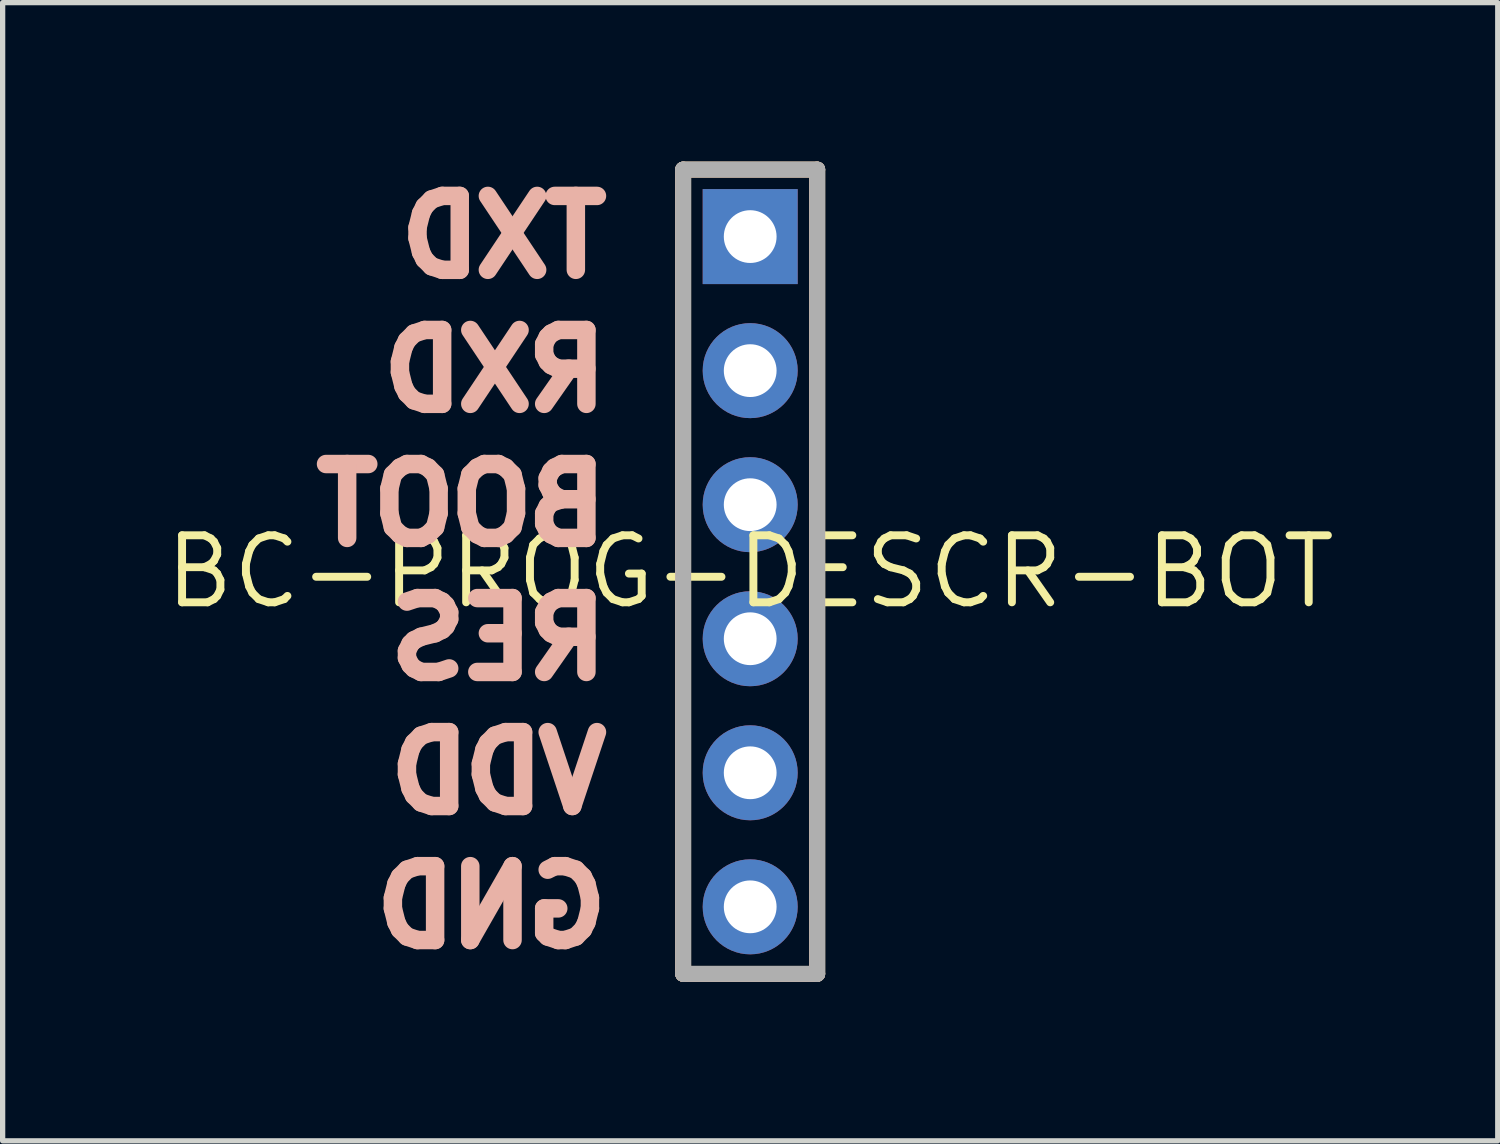
<source format=kicad_pcb>
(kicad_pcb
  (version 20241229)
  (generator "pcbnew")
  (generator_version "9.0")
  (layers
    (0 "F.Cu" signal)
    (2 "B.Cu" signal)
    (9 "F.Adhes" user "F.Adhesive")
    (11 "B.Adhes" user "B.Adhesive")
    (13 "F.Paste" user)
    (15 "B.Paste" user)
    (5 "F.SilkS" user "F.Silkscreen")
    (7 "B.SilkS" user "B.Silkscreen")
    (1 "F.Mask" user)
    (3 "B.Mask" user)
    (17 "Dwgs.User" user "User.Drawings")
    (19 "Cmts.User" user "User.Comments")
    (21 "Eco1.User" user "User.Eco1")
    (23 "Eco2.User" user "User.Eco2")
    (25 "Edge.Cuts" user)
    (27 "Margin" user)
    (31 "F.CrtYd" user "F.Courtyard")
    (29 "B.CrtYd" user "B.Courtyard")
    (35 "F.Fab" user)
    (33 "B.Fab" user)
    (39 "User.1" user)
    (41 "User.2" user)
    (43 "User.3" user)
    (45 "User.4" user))
  (footprint "BC-PROG-DESCR-BOT"
    (layer "F.Cu")
    (at 11.165 7.783)
    (property "Reference" "BC-PROG-DESCR-BOT" (at 0 0 0) (unlocked yes) (layer "F.SilkS") (effects (font (size 1.27 1.27) (thickness 0.15))))
    (fp_line (start -1.27 -7.62) (end -1.27 7.62) (stroke (width 0.3) (type solid)) (layer "F.SilkS"))
    (fp_line (start -1.27 7.62) (end 1.27 7.62) (stroke (width 0.3) (type solid)) (layer "F.SilkS"))
    (fp_line (start 1.27 -7.62) (end -1.27 -7.62) (stroke (width 0.3) (type solid)) (layer "F.SilkS"))
    (fp_line (start 1.27 7.62) (end 1.27 -7.62) (stroke (width 0.3) (type solid)) (layer "F.SilkS"))
    (fp_line (start -1.27 -7.62) (end -1.27 7.62) (stroke (width 0.3) (type solid)) (layer "B.SilkS"))
    (fp_line (start -1.27 7.62) (end 1.27 7.62) (stroke (width 0.3) (type solid)) (layer "B.SilkS"))
    (fp_line (start 1.27 -7.62) (end -1.27 -7.62) (stroke (width 0.3) (type solid)) (layer "B.SilkS"))
    (fp_line (start 1.27 7.62) (end 1.27 -7.62) (stroke (width 0.3) (type solid)) (layer "B.SilkS"))
    (fp_line (start -1.27 -7.62) (end -1.27 7.62) (stroke (width 0.3) (type solid)) (layer "F.Fab"))
    (fp_line (start -1.27 7.62) (end 1.27 7.62) (stroke (width 0.3) (type solid)) (layer "F.Fab"))
    (fp_line (start 1.27 -7.62) (end -1.27 -7.62) (stroke (width 0.3) (type solid)) (layer "F.Fab"))
    (fp_line (start 1.27 7.62) (end 1.27 -7.62) (stroke (width 0.3) (type solid)) (layer "F.Fab"))
    (fp_text user "TXD" (at -2.54 -6.35 0) (layer "B.SilkS") (effects (font (size 1.4 1.4) (thickness 0.35)) (justify left mirror)))
    (fp_text user "RES" (at -2.54 1.27 0) (layer "B.SilkS") (effects (font (size 1.4 1.4) (thickness 0.35)) (justify left mirror)))
    (fp_text user "VDD" (at -2.54 3.81 0) (layer "B.SilkS") (effects (font (size 1.4 1.4) (thickness 0.35)) (justify left mirror)))
    (fp_text user "RXD" (at -2.54 -3.81 0) (layer "B.SilkS") (effects (font (size 1.4 1.4) (thickness 0.35)) (justify left mirror)))
    (fp_text user "BOOT" (at -2.54 -1.27 0) (layer "B.SilkS") (effects (font (size 1.4 1.4) (thickness 0.35)) (justify left mirror)))
    (fp_text user "GND" (at -2.54 6.35 0) (layer "B.SilkS") (effects (font (size 1.4 1.4) (thickness 0.35)) (justify left mirror)))
    (pad "1" thru_hole rect (at 0 -6.35 270) (size 1.8 1.8) (drill 1) (layers "*.Cu" "*.Mask"))
    (pad "2" thru_hole circle (at 0 -3.81 270) (size 1.8 1.8) (drill 1) (layers "*.Cu" "*.Mask"))
    (pad "3" thru_hole circle (at 0 -1.27 270) (size 1.8 1.8) (drill 1) (layers "*.Cu" "*.Mask"))
    (pad "4" thru_hole circle (at 0 1.27 270) (size 1.8 1.8) (drill 1) (layers "*.Cu" "*.Mask"))
    (pad "5" thru_hole circle (at 0 3.81 270) (size 1.8 1.8) (drill 1) (layers "*.Cu" "*.Mask"))
    (pad "6" thru_hole circle (at 0 6.35 270) (size 1.8 1.8) (drill 1) (layers "*.Cu" "*.Mask"))
    (zone (net_name "") (layer "F.Cu") (hatch edge 0.5) (connect_pads) (min_thickness 0.25) (filled_areas_thickness no) (keepout (tracks allowed) (vias allowed) (pads allowed) (copperpour not_allowed) (footprints allowed)) (placement (enabled no)) (fill) (polygon (pts (xy 9.949 3.973) (xy 9.968 3.762) (xy 10.022 3.557) (xy 10.112 3.365) (xy 10.234 3.192) (xy 10.384 3.042) (xy 10.557 2.92) (xy 10.749 2.831) (xy 10.954 2.776) (xy 11.165 2.757) (xy 11.376 2.776) (xy 11.581 2.831) (xy 11.773 2.92) (xy 11.947 3.042) (xy 12.097 3.192) (xy 12.218 3.365) (xy 12.308 3.557) (xy 12.381 3.973) (xy 12.363 4.184) (xy 12.308 4.389) (xy 12.218 4.581) (xy 12.097 4.755) (xy 11.947 4.905) (xy 11.773 5.026) (xy 11.581 5.116) (xy 11.376 5.171) (xy 11.165 5.189) (xy 10.954 5.171) (xy 10.749 5.116) (xy 10.557 5.026) (xy 10.384 4.905) (xy 10.234 4.755) (xy 10.112 4.581) (xy 10.022 4.389) (xy 9.968 4.184))))
    (zone (net_name "") (layer "F.Cu") (hatch edge 0.5) (connect_pads) (min_thickness 0.25) (filled_areas_thickness no) (keepout (tracks allowed) (vias allowed) (pads allowed) (copperpour not_allowed) (footprints allowed)) (placement (enabled no)) (fill) (polygon (pts (xy 9.949 6.513) (xy 9.968 6.302) (xy 10.022 6.097) (xy 10.112 5.905) (xy 10.234 5.732) (xy 10.384 5.582) (xy 10.557 5.46) (xy 10.749 5.371) (xy 10.954 5.316) (xy 11.165 5.297) (xy 11.376 5.316) (xy 11.581 5.371) (xy 11.773 5.46) (xy 11.947 5.582) (xy 12.097 5.732) (xy 12.218 5.905) (xy 12.308 6.097) (xy 12.381 6.513) (xy 12.363 6.724) (xy 12.308 6.929) (xy 12.218 7.121) (xy 12.097 7.295) (xy 11.947 7.445) (xy 11.773 7.566) (xy 11.581 7.656) (xy 11.376 7.711) (xy 11.165 7.729) (xy 10.954 7.711) (xy 10.749 7.656) (xy 10.557 7.566) (xy 10.384 7.445) (xy 10.234 7.295) (xy 10.112 7.121) (xy 10.022 6.929) (xy 9.968 6.724))))
    (zone (net_name "") (layer "F.Cu") (hatch edge 0.5) (connect_pads) (min_thickness 0.25) (filled_areas_thickness no) (keepout (tracks allowed) (vias allowed) (pads allowed) (copperpour not_allowed) (footprints allowed)) (placement (enabled no)) (fill) (polygon (pts (xy 9.949 9.053) (xy 9.968 8.842) (xy 10.022 8.637) (xy 10.112 8.445) (xy 10.234 8.272) (xy 10.384 8.122) (xy 10.557 8) (xy 10.749 7.911) (xy 10.954 7.856) (xy 11.165 7.837) (xy 11.376 7.856) (xy 11.581 7.911) (xy 11.773 8) (xy 11.947 8.122) (xy 12.097 8.272) (xy 12.218 8.445) (xy 12.308 8.637) (xy 12.381 9.053) (xy 12.363 9.264) (xy 12.308 9.469) (xy 12.218 9.661) (xy 12.097 9.835) (xy 11.947 9.985) (xy 11.773 10.106) (xy 11.581 10.196) (xy 11.376 10.251) (xy 11.165 10.269) (xy 10.954 10.251) (xy 10.749 10.196) (xy 10.557 10.106) (xy 10.384 9.985) (xy 10.234 9.835) (xy 10.112 9.661) (xy 10.022 9.469) (xy 9.968 9.264))))
    (zone (net_name "") (layer "F.Cu") (hatch edge 0.5) (connect_pads) (min_thickness 0.25) (filled_areas_thickness no) (keepout (tracks allowed) (vias allowed) (pads allowed) (copperpour not_allowed) (footprints allowed)) (placement (enabled no)) (fill) (polygon (pts (xy 9.949 11.593) (xy 9.968 11.382) (xy 10.022 11.177) (xy 10.112 10.985) (xy 10.234 10.812) (xy 10.384 10.662) (xy 10.557 10.54) (xy 10.749 10.451) (xy 10.954 10.396) (xy 11.165 10.377) (xy 11.376 10.396) (xy 11.581 10.451) (xy 11.773 10.54) (xy 11.947 10.662) (xy 12.097 10.812) (xy 12.218 10.985) (xy 12.308 11.177) (xy 12.381 11.593) (xy 12.363 11.804) (xy 12.308 12.009) (xy 12.218 12.201) (xy 12.097 12.375) (xy 11.947 12.525) (xy 11.773 12.646) (xy 11.581 12.736) (xy 11.376 12.791) (xy 11.165 12.809) (xy 10.954 12.791) (xy 10.749 12.736) (xy 10.557 12.646) (xy 10.384 12.525) (xy 10.234 12.375) (xy 10.112 12.201) (xy 10.022 12.009) (xy 9.968 11.804))))
    (zone (net_name "") (layer "F.Cu") (hatch edge 0.5) (connect_pads) (min_thickness 0.25) (filled_areas_thickness no) (keepout (tracks allowed) (vias allowed) (pads allowed) (copperpour not_allowed) (footprints allowed)) (placement (enabled no)) (fill) (polygon (pts (xy 9.949 14.133) (xy 9.968 13.922) (xy 10.022 13.717) (xy 10.112 13.525) (xy 10.234 13.352) (xy 10.384 13.202) (xy 10.557 13.08) (xy 10.749 12.991) (xy 10.954 12.936) (xy 11.165 12.917) (xy 11.376 12.936) (xy 11.581 12.991) (xy 11.773 13.08) (xy 11.947 13.202) (xy 12.097 13.352) (xy 12.218 13.525) (xy 12.308 13.717) (xy 12.381 14.133) (xy 12.363 14.344) (xy 12.308 14.549) (xy 12.218 14.741) (xy 12.097 14.915) (xy 11.947 15.065) (xy 11.773 15.186) (xy 11.581 15.276) (xy 11.376 15.331) (xy 11.165 15.349) (xy 10.954 15.331) (xy 10.749 15.276) (xy 10.557 15.186) (xy 10.384 15.065) (xy 10.234 14.915) (xy 10.112 14.741) (xy 10.022 14.549) (xy 9.968 14.344))))
    (zone (net_name "") (layer "B.Cu") (hatch edge 0.5) (connect_pads) (min_thickness 0.25) (filled_areas_thickness no) (keepout (tracks allowed) (vias allowed) (pads allowed) (copperpour not_allowed) (footprints allowed)) (placement (enabled no)) (fill) (polygon (pts (xy 9.949 3.973) (xy 9.968 3.762) (xy 10.022 3.557) (xy 10.112 3.365) (xy 10.234 3.192) (xy 10.384 3.042) (xy 10.557 2.92) (xy 10.749 2.831) (xy 10.954 2.776) (xy 11.165 2.757) (xy 11.376 2.776) (xy 11.581 2.831) (xy 11.773 2.92) (xy 11.947 3.042) (xy 12.097 3.192) (xy 12.218 3.365) (xy 12.308 3.557) (xy 12.381 3.973) (xy 12.363 4.184) (xy 12.308 4.389) (xy 12.218 4.581) (xy 12.097 4.755) (xy 11.947 4.905) (xy 11.773 5.026) (xy 11.581 5.116) (xy 11.376 5.171) (xy 11.165 5.189) (xy 10.954 5.171) (xy 10.749 5.116) (xy 10.557 5.026) (xy 10.384 4.905) (xy 10.234 4.755) (xy 10.112 4.581) (xy 10.022 4.389) (xy 9.968 4.184))))
    (zone (net_name "") (layer "B.Cu") (hatch edge 0.5) (connect_pads) (min_thickness 0.25) (filled_areas_thickness no) (keepout (tracks allowed) (vias allowed) (pads allowed) (copperpour not_allowed) (footprints allowed)) (placement (enabled no)) (fill) (polygon (pts (xy 9.949 6.513) (xy 9.968 6.302) (xy 10.022 6.097) (xy 10.112 5.905) (xy 10.234 5.732) (xy 10.384 5.582) (xy 10.557 5.46) (xy 10.749 5.371) (xy 10.954 5.316) (xy 11.165 5.297) (xy 11.376 5.316) (xy 11.581 5.371) (xy 11.773 5.46) (xy 11.947 5.582) (xy 12.097 5.732) (xy 12.218 5.905) (xy 12.308 6.097) (xy 12.381 6.513) (xy 12.363 6.724) (xy 12.308 6.929) (xy 12.218 7.121) (xy 12.097 7.295) (xy 11.947 7.445) (xy 11.773 7.566) (xy 11.581 7.656) (xy 11.376 7.711) (xy 11.165 7.729) (xy 10.954 7.711) (xy 10.749 7.656) (xy 10.557 7.566) (xy 10.384 7.445) (xy 10.234 7.295) (xy 10.112 7.121) (xy 10.022 6.929) (xy 9.968 6.724))))
    (zone (net_name "") (layer "B.Cu") (hatch edge 0.5) (connect_pads) (min_thickness 0.25) (filled_areas_thickness no) (keepout (tracks allowed) (vias allowed) (pads allowed) (copperpour not_allowed) (footprints allowed)) (placement (enabled no)) (fill) (polygon (pts (xy 9.949 9.053) (xy 9.968 8.842) (xy 10.022 8.637) (xy 10.112 8.445) (xy 10.234 8.272) (xy 10.384 8.122) (xy 10.557 8) (xy 10.749 7.911) (xy 10.954 7.856) (xy 11.165 7.837) (xy 11.376 7.856) (xy 11.581 7.911) (xy 11.773 8) (xy 11.947 8.122) (xy 12.097 8.272) (xy 12.218 8.445) (xy 12.308 8.637) (xy 12.381 9.053) (xy 12.363 9.264) (xy 12.308 9.469) (xy 12.218 9.661) (xy 12.097 9.835) (xy 11.947 9.985) (xy 11.773 10.106) (xy 11.581 10.196) (xy 11.376 10.251) (xy 11.165 10.269) (xy 10.954 10.251) (xy 10.749 10.196) (xy 10.557 10.106) (xy 10.384 9.985) (xy 10.234 9.835) (xy 10.112 9.661) (xy 10.022 9.469) (xy 9.968 9.264))))
    (zone (net_name "") (layer "B.Cu") (hatch edge 0.5) (connect_pads) (min_thickness 0.25) (filled_areas_thickness no) (keepout (tracks allowed) (vias allowed) (pads allowed) (copperpour not_allowed) (footprints allowed)) (placement (enabled no)) (fill) (polygon (pts (xy 9.949 11.593) (xy 9.968 11.382) (xy 10.022 11.177) (xy 10.112 10.985) (xy 10.234 10.812) (xy 10.384 10.662) (xy 10.557 10.54) (xy 10.749 10.451) (xy 10.954 10.396) (xy 11.165 10.377) (xy 11.376 10.396) (xy 11.581 10.451) (xy 11.773 10.54) (xy 11.947 10.662) (xy 12.097 10.812) (xy 12.218 10.985) (xy 12.308 11.177) (xy 12.381 11.593) (xy 12.363 11.804) (xy 12.308 12.009) (xy 12.218 12.201) (xy 12.097 12.375) (xy 11.947 12.525) (xy 11.773 12.646) (xy 11.581 12.736) (xy 11.376 12.791) (xy 11.165 12.809) (xy 10.954 12.791) (xy 10.749 12.736) (xy 10.557 12.646) (xy 10.384 12.525) (xy 10.234 12.375) (xy 10.112 12.201) (xy 10.022 12.009) (xy 9.968 11.804))))
    (zone (net_name "") (layer "B.Cu") (hatch edge 0.5) (connect_pads) (min_thickness 0.25) (filled_areas_thickness no) (keepout (tracks allowed) (vias allowed) (pads allowed) (copperpour not_allowed) (footprints allowed)) (placement (enabled no)) (fill) (polygon (pts (xy 9.949 14.133) (xy 9.968 13.922) (xy 10.022 13.717) (xy 10.112 13.525) (xy 10.234 13.352) (xy 10.384 13.202) (xy 10.557 13.08) (xy 10.749 12.991) (xy 10.954 12.936) (xy 11.165 12.917) (xy 11.376 12.936) (xy 11.581 12.991) (xy 11.773 13.08) (xy 11.947 13.202) (xy 12.097 13.352) (xy 12.218 13.525) (xy 12.308 13.717) (xy 12.381 14.133) (xy 12.363 14.344) (xy 12.308 14.549) (xy 12.218 14.741) (xy 12.097 14.915) (xy 11.947 15.065) (xy 11.773 15.186) (xy 11.581 15.276) (xy 11.376 15.331) (xy 11.165 15.349) (xy 10.954 15.331) (xy 10.749 15.276) (xy 10.557 15.186) (xy 10.384 15.065) (xy 10.234 14.915) (xy 10.112 14.741) (xy 10.022 14.549) (xy 9.968 14.344)))))
  (gr_rect
    (start -3 -3)
    (end 25.33 18.567)
    (stroke (width 0.1) (type default))
    (fill no)
    (layer "Edge.Cuts")))
</source>
